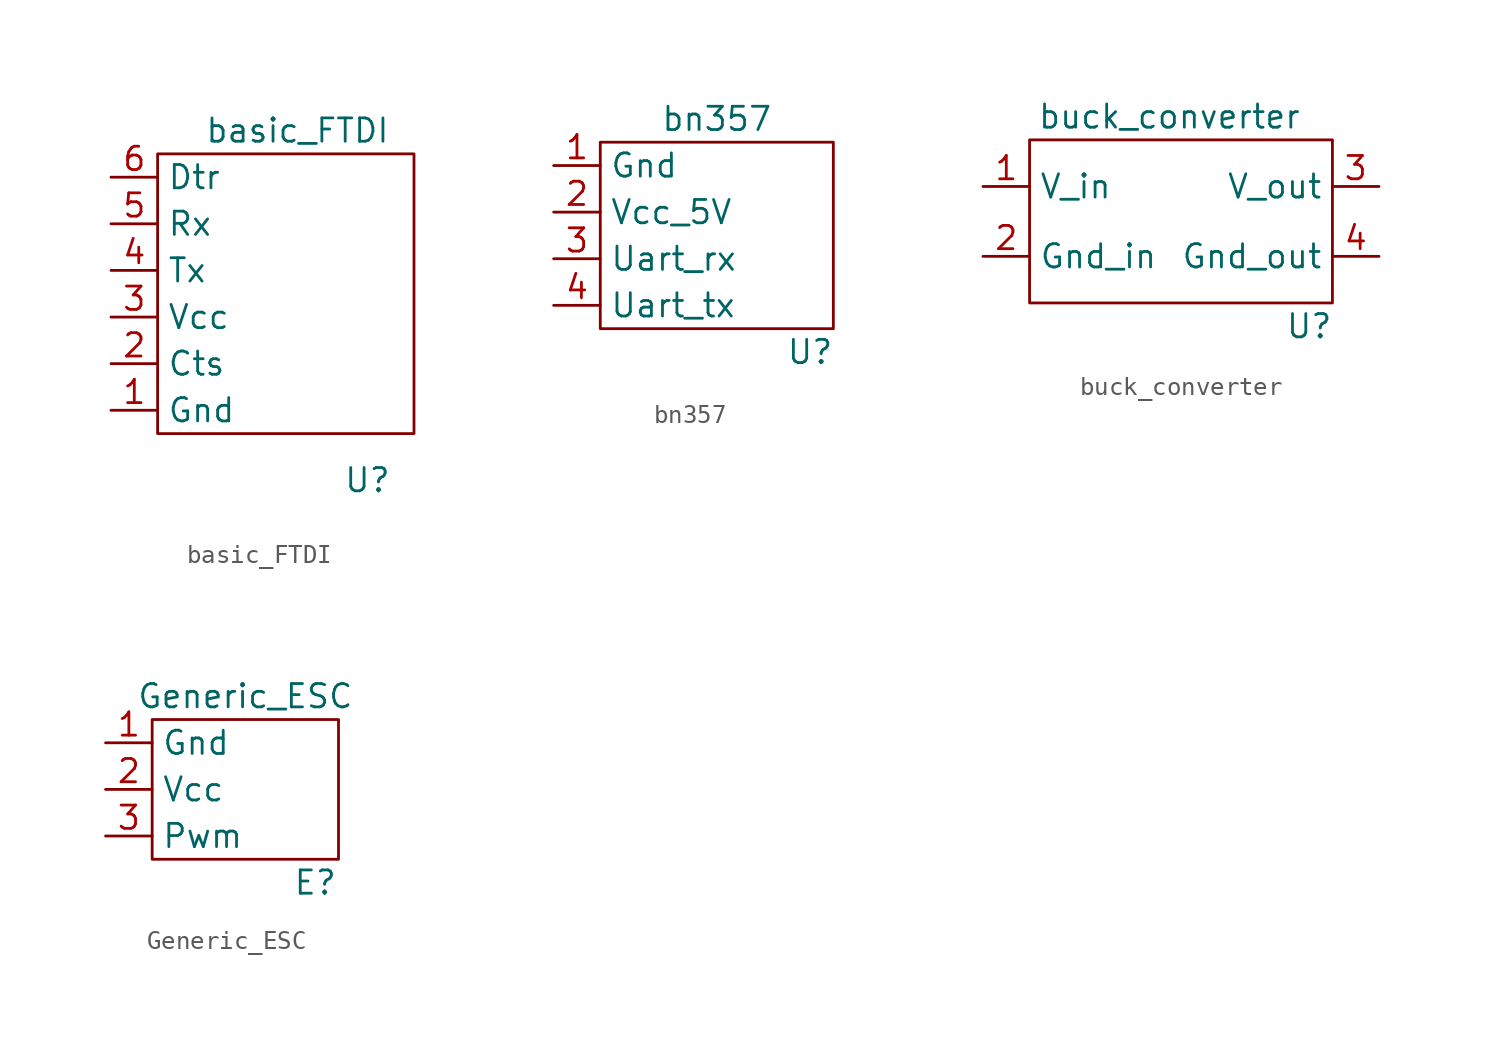
<source format=kicad_sym>
(kicad_symbol_lib
  (version 20211014)
  (generator kicad_symbol_editor)
  (symbol "basic_FTDI"
    (property "Reference" "U"
      (at 11.43 -10.16 0)
      (effects (font (size 1.27 1.27))))
    (property "Value" "basic_FTDI"
      (at 7.62 8.89 0)
      (effects (font (size 1.27 1.27))))
    (symbol "basic_FTDI_0_1"
      (rectangle (start 0 7.62) (end 13.97 -7.62) (stroke (width 0) (type default) (color 0 0 0 0)) (fill (type none))))
    (symbol "basic_FTDI_1_1"
      (pin input line (at -2.54 -6.35 0) (length 2.54) (name "Gnd" (effects (font (size 1.27 1.27)))) (number "1" (effects (font (size 1.27 1.27)))))
      (pin input line (at -2.54 -3.81 0) (length 2.54) (name "Cts" (effects (font (size 1.27 1.27)))) (number "2" (effects (font (size 1.27 1.27)))))
      (pin input line (at -2.54 -1.27 0) (length 2.54) (name "Vcc" (effects (font (size 1.27 1.27)))) (number "3" (effects (font (size 1.27 1.27)))))
      (pin input line (at -2.54 1.27 0) (length 2.54) (name "Tx" (effects (font (size 1.27 1.27)))) (number "4" (effects (font (size 1.27 1.27)))))
      (pin input line (at -2.54 3.81 0) (length 2.54) (name "Rx" (effects (font (size 1.27 1.27)))) (number "5" (effects (font (size 1.27 1.27)))))
      (pin input line (at -2.54 6.35 0) (length 2.54) (name "Dtr" (effects (font (size 1.27 1.27)))) (number "6" (effects (font (size 1.27 1.27)))))))
  (symbol "bn357"
    (property "Reference" "U"
      (at 5.08 -6.35 0)
      (effects (font (size 1.27 1.27))))
    (property "Value" "bn357"
      (at 0 6.35 0)
      (effects (font (size 1.27 1.27))))
    (symbol "bn357_0_1"
      (rectangle (start -6.35 5.08) (end 6.35 -5.08) (stroke (width 0) (type default) (color 0 0 0 0)) (fill (type none))))
    (symbol "bn357_1_1"
      (pin input line (at -8.89 3.81 0) (length 2.54) (name "Gnd" (effects (font (size 1.27 1.27)))) (number "1" (effects (font (size 1.27 1.27)))))
      (pin input line (at -8.89 1.27 0) (length 2.54) (name "Vcc_5V" (effects (font (size 1.27 1.27)))) (number "2" (effects (font (size 1.27 1.27)))))
      (pin input line (at -8.89 -1.27 0) (length 2.54) (name "Uart_rx" (effects (font (size 1.27 1.27)))) (number "3" (effects (font (size 1.27 1.27)))))
      (pin input line (at -8.89 -3.81 0) (length 2.54) (name "Uart_tx" (effects (font (size 1.27 1.27)))) (number "4" (effects (font (size 1.27 1.27)))))))
  (symbol "buck_converter"
    (property "Reference" "U"
      (at 6.35 -6.35 0)
      (effects (font (size 1.27 1.27))))
    (property "Value" "buck_converter"
      (at -1.27 5.08 0)
      (effects (font (size 1.27 1.27))))
    (symbol "buck_converter_0_1"
      (rectangle (start -8.89 3.81) (end 7.62 -5.08) (stroke (width 0) (type default) (color 0 0 0 0)) (fill (type none))))
    (symbol "buck_converter_1_1"
      (pin input line (at -11.43 1.27 0) (length 2.54) (name "V_in" (effects (font (size 1.27 1.27)))) (number "1" (effects (font (size 1.27 1.27)))))
      (pin input line (at -11.43 -2.54 0) (length 2.54) (name "Gnd_in" (effects (font (size 1.27 1.27)))) (number "2" (effects (font (size 1.27 1.27)))))
      (pin input line (at 10.16 1.27 180) (length 2.54) (name "V_out" (effects (font (size 1.27 1.27)))) (number "3" (effects (font (size 1.27 1.27)))))
      (pin input line (at 10.16 -2.54 180) (length 2.54) (name "Gnd_out" (effects (font (size 1.27 1.27)))) (number "4" (effects (font (size 1.27 1.27)))))))
  (symbol "Generic_ESC"
    (property "Reference" "E"
      (at 5.08 -5.08 0)
      (effects (font (size 1.27 1.27))))
    (property "Value" "Generic_ESC"
      (at 1.27 5.08 0)
      (effects (font (size 1.27 1.27))))
    (symbol "Generic_ESC_0_1"
      (rectangle (start -3.81 3.81) (end 6.35 -3.81) (stroke (width 0) (type default) (color 0 0 0 0)) (fill (type none))))
    (symbol "Generic_ESC_1_1"
      (pin input line (at -6.35 2.54 0) (length 2.54) (name "Gnd" (effects (font (size 1.27 1.27)))) (number "1" (effects (font (size 1.27 1.27)))))
      (pin input line (at -6.35 0 0) (length 2.54) (name "Vcc" (effects (font (size 1.27 1.27)))) (number "2" (effects (font (size 1.27 1.27)))))
      (pin input line (at -6.35 -2.54 0) (length 2.54) (name "Pwm" (effects (font (size 1.27 1.27)))) (number "3" (effects (font (size 1.27 1.27))))))))
</source>
